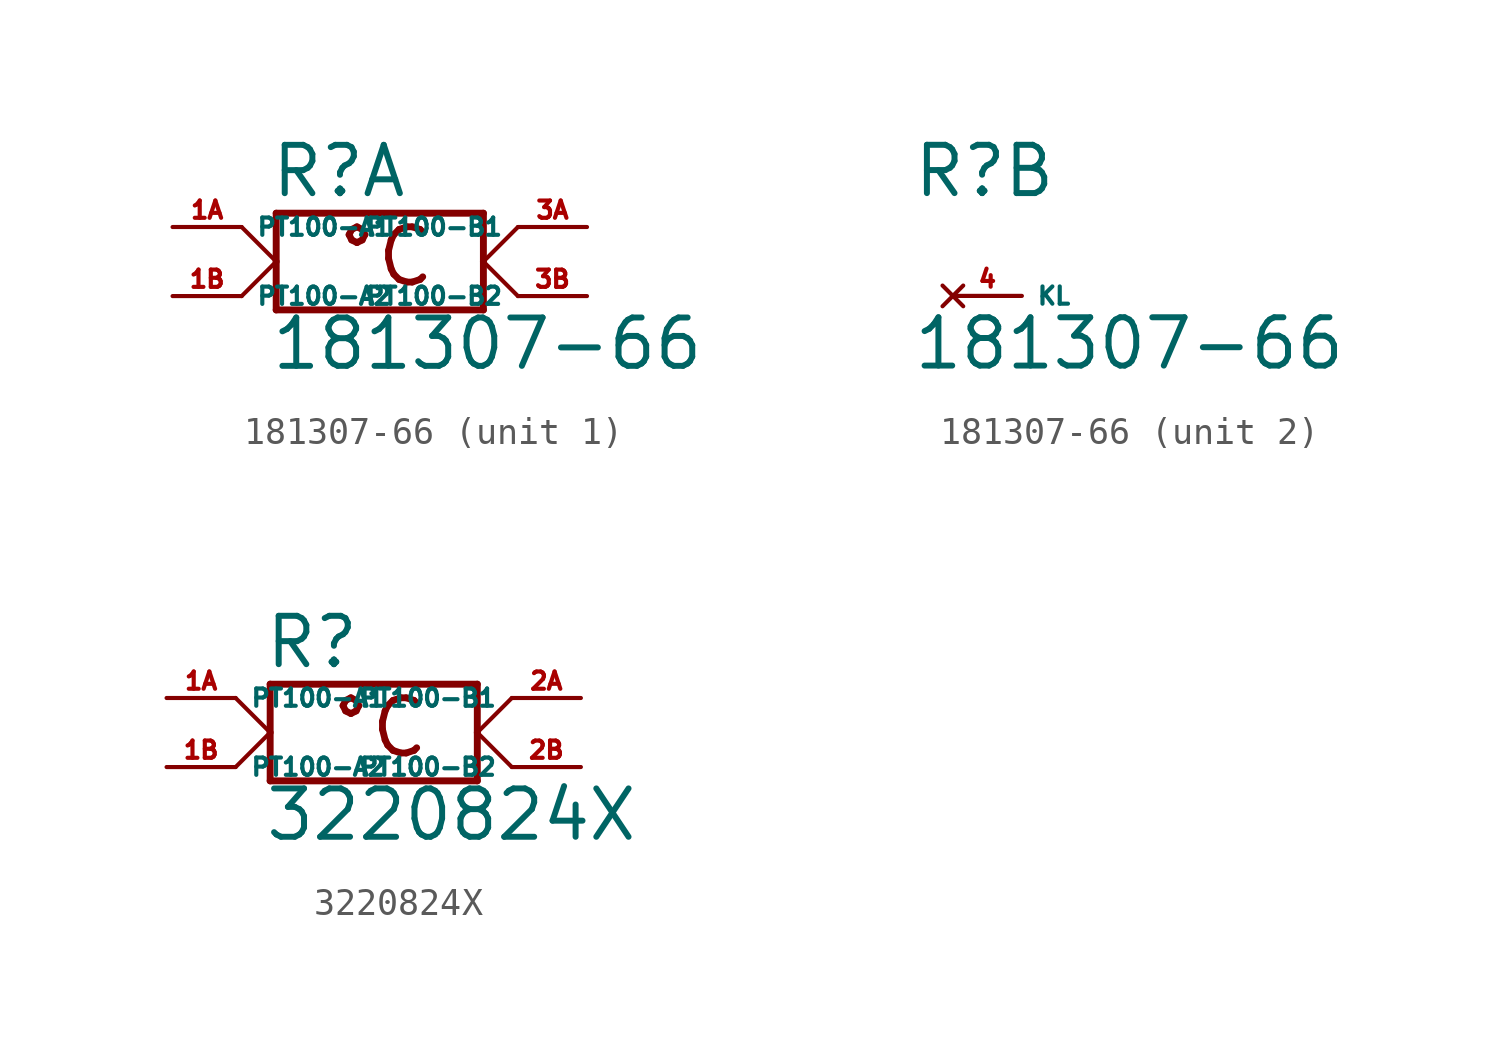
<source format=kicad_sym>
(kicad_symbol_lib
  (version 20220914)
  (generator Eagle2Kicad)
  (symbol "181307-66"
    (property "Reference" "R"
      (at -4.064 3.556 0)
      (effects (font (size 1.778 1.778) (thickness 0.22)) (justify left bottom)))
    (property "Value" "181307-66"
      (at -4.064 -2.794 0)
      (effects (font (size 1.778 1.778) (thickness 0.22)) (justify left bottom)))
    (symbol "181307-66_1_0"
      (polyline (pts (xy -3.81 3.048) (xy -3.81 1.27)) (stroke (width 0.254) (type default)) (fill (type none)))
      (polyline (pts (xy -3.81 1.27) (xy -3.81 -0.508)) (stroke (width 0.254) (type default)) (fill (type none)))
      (polyline (pts (xy -3.81 -0.508) (xy 3.81 -0.508)) (stroke (width 0.254) (type default)) (fill (type none)))
      (polyline (pts (xy 3.81 -0.508) (xy 3.81 1.27)) (stroke (width 0.254) (type default)) (fill (type none)))
      (polyline (pts (xy 3.81 1.27) (xy 3.81 3.048)) (stroke (width 0.254) (type default)) (fill (type none)))
      (polyline (pts (xy 3.81 3.048) (xy -3.81 3.048)) (stroke (width 0.254) (type default)) (fill (type none)))
      (polyline (pts (xy -5.08 2.54) (xy -3.81 1.27)) (stroke (width 0.152) (type default)) (fill (type none)))
      (polyline (pts (xy -3.81 1.27) (xy -5.08 0)) (stroke (width 0.152) (type default)) (fill (type none)))
      (polyline (pts (xy 5.08 2.54) (xy 3.81 1.27)) (stroke (width 0.152) (type default)) (fill (type none)))
      (polyline (pts (xy 3.81 1.27) (xy 5.08 0)) (stroke (width 0.152) (type default)) (fill (type none)))
      (text "°C" (at -1.778 0.254 0) (effects (font (size 2.032 2.032) (thickness 0.25)) (justify left bottom)))
      (pin passive line (at -7.62 0 0) (length 2.54) (name "PT100-A2" (effects (font (size 0.635 0.635) (thickness 0.08)) (justify left bottom))) (number "1B" (effects (font (size 0.635 0.635) (thickness 0.08)) (justify left bottom))))
      (pin passive line (at 7.62 0 180) (length 2.54) (name "PT100-B2" (effects (font (size 0.635 0.635) (thickness 0.08)) (justify left bottom))) (number "3B" (effects (font (size 0.635 0.635) (thickness 0.08)) (justify left bottom))))
      (pin passive line (at -7.62 2.54 0) (length 2.54) (name "PT100-A1" (effects (font (size 0.635 0.635) (thickness 0.08)) (justify left bottom))) (number "1A" (effects (font (size 0.635 0.635) (thickness 0.08)) (justify left bottom))))
      (pin passive line (at 7.62 2.54 180) (length 2.54) (name "PT100-B1" (effects (font (size 0.635 0.635) (thickness 0.08)) (justify left bottom))) (number "3A" (effects (font (size 0.635 0.635) (thickness 0.08)) (justify left bottom)))))
    (symbol "181307-66_2_0"
      (pin no_connect line (at -2.54 0 0) (length 2.54) (name "KL" (effects (font (size 0.635 0.635) (thickness 0.08)) (justify left bottom) hide)) (number "4" (effects (font (size 0.635 0.635) (thickness 0.08)) (justify left bottom) hide)))))
  (symbol "3220824X"
    (property "Reference" "R"
      (at -4.064 3.556 0)
      (effects (font (size 1.778 1.778) (thickness 0.22)) (justify left bottom)))
    (property "Value" "3220824X"
      (at -4.064 -2.794 0)
      (effects (font (size 1.778 1.778) (thickness 0.22)) (justify left bottom)))
    (polyline
      (pts (xy -3.81 3.048) (xy -3.81 1.27))
      (stroke (width 0.254) (type default))
      (fill (type none)))
    (polyline
      (pts (xy -3.81 1.27) (xy -3.81 -0.508))
      (stroke (width 0.254) (type default))
      (fill (type none)))
    (polyline
      (pts (xy -3.81 -0.508) (xy 3.81 -0.508))
      (stroke (width 0.254) (type default))
      (fill (type none)))
    (polyline
      (pts (xy 3.81 -0.508) (xy 3.81 1.27))
      (stroke (width 0.254) (type default))
      (fill (type none)))
    (polyline
      (pts (xy 3.81 1.27) (xy 3.81 3.048))
      (stroke (width 0.254) (type default))
      (fill (type none)))
    (polyline
      (pts (xy 3.81 3.048) (xy -3.81 3.048))
      (stroke (width 0.254) (type default))
      (fill (type none)))
    (polyline
      (pts (xy -5.08 2.54) (xy -3.81 1.27))
      (stroke (width 0.152) (type default))
      (fill (type none)))
    (polyline
      (pts (xy -3.81 1.27) (xy -5.08 0))
      (stroke (width 0.152) (type default))
      (fill (type none)))
    (polyline
      (pts (xy 5.08 2.54) (xy 3.81 1.27))
      (stroke (width 0.152) (type default))
      (fill (type none)))
    (polyline
      (pts (xy 3.81 1.27) (xy 5.08 0))
      (stroke (width 0.152) (type default))
      (fill (type none)))
    (text "°C"
      (at -1.778 0.254 0)
      (effects (font (size 2.032 2.032) (thickness 0.25)) (justify left bottom)))
    (pin passive line
      (at -7.62 0 0)
      (length 2.54)
      (name "PT100-A2" (effects (font (size 0.635 0.635) (thickness 0.08)) (justify left bottom)))
      (number "1B" (effects (font (size 0.635 0.635) (thickness 0.08)) (justify left bottom))))
    (pin passive line
      (at 7.62 0 180)
      (length 2.54)
      (name "PT100-B2" (effects (font (size 0.635 0.635) (thickness 0.08)) (justify left bottom)))
      (number "2B" (effects (font (size 0.635 0.635) (thickness 0.08)) (justify left bottom))))
    (pin passive line
      (at -7.62 2.54 0)
      (length 2.54)
      (name "PT100-A1" (effects (font (size 0.635 0.635) (thickness 0.08)) (justify left bottom)))
      (number "1A" (effects (font (size 0.635 0.635) (thickness 0.08)) (justify left bottom))))
    (pin passive line
      (at 7.62 2.54 180)
      (length 2.54)
      (name "PT100-B1" (effects (font (size 0.635 0.635) (thickness 0.08)) (justify left bottom)))
      (number "2A" (effects (font (size 0.635 0.635) (thickness 0.08)) (justify left bottom))))))
</source>
